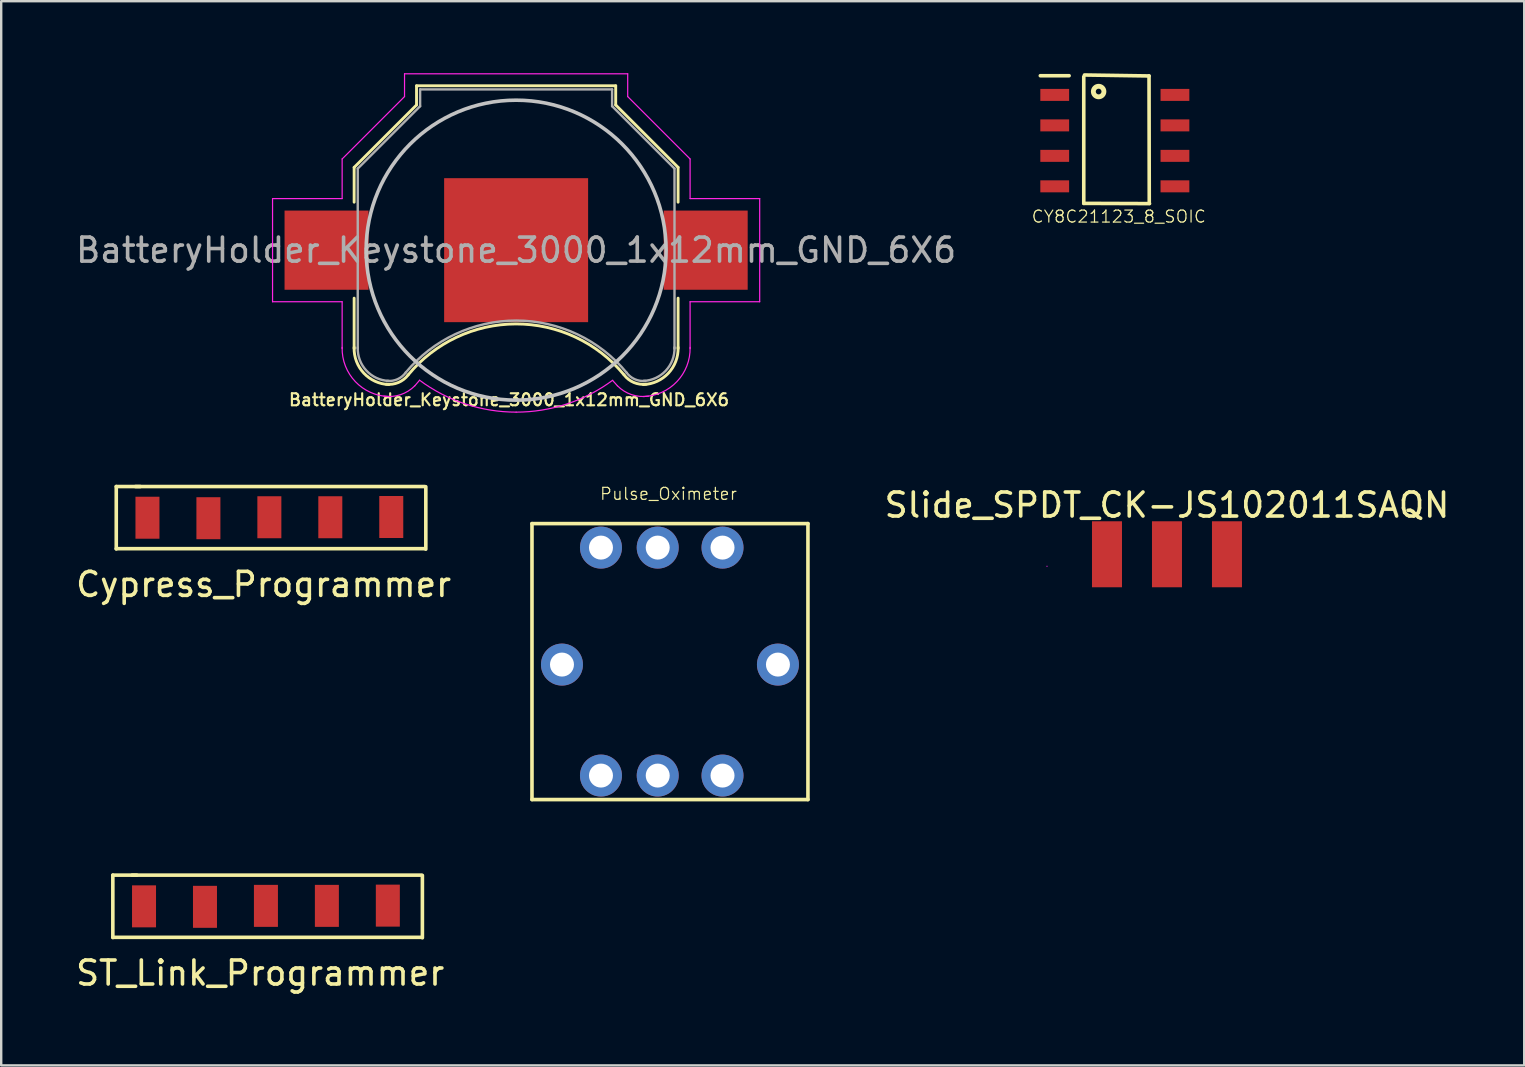
<source format=kicad_pcb>
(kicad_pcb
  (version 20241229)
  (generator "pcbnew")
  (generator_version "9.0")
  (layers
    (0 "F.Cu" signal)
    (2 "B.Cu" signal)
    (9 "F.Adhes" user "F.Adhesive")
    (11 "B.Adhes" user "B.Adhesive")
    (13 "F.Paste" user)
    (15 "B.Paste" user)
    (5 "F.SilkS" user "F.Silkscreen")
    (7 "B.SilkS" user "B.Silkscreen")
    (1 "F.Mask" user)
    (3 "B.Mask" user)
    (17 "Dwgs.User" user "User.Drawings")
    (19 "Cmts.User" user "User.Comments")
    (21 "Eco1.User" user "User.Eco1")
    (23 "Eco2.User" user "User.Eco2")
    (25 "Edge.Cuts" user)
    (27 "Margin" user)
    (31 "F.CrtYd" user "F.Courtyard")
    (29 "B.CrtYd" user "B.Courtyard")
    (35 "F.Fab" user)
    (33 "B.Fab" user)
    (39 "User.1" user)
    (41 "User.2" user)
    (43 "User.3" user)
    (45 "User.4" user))
  (footprint "BatteryHolder_Keystone_3000_1x12mm_GND_6X6"
    (layer "F.Cu")
    (at 18.458 7.375)
    (property "Reference" "BatteryHolder_Keystone_3000_1x12mm_GND_6X6" (at -0.296 6.236 0) (layer "F.SilkS") (effects (font (size 0.5 0.5) (thickness 0.089))))
    (attr smd)
    (fp_line (start -6.75 -3.45) (end -4.15 -6.05) (stroke (width 0.12) (type solid)) (layer "F.SilkS"))
    (fp_line (start -6.75 -2) (end -6.75 -3.45) (stroke (width 0.12) (type solid)) (layer "F.SilkS"))
    (fp_line (start -6.75 2) (end -6.75 4.1) (stroke (width 0.12) (type solid)) (layer "F.SilkS"))
    (fp_line (start -4.15 -6.85) (end 4.15 -6.85) (stroke (width 0.12) (type solid)) (layer "F.SilkS"))
    (fp_line (start -4.15 -6.05) (end -4.15 -6.85) (stroke (width 0.12) (type solid)) (layer "F.SilkS"))
    (fp_line (start 4.15 -6.85) (end 4.15 -6.05) (stroke (width 0.12) (type solid)) (layer "F.SilkS"))
    (fp_line (start 4.15 -6.05) (end 6.75 -3.45) (stroke (width 0.12) (type solid)) (layer "F.SilkS"))
    (fp_line (start 6.75 -3.45) (end 6.75 -2) (stroke (width 0.12) (type solid)) (layer "F.SilkS"))
    (fp_line (start 6.75 2) (end 6.75 4.1) (stroke (width 0.12) (type solid)) (layer "F.SilkS"))
    (fp_arc (start -5.3 5.6) (mid -6.346016 5.125305) (end -6.75 4.05) (stroke (width 0.12) (type solid)) (layer "F.SilkS"))
    (fp_arc (start -4.5 5.2) (mid -4.90584 5.514615) (end -5.414615 5.58416) (stroke (width 0.12) (type solid)) (layer "F.SilkS"))
    (fp_arc (start -4.5 5.2) (mid -0.007341 3.0742) (end 4.490661 5.188671) (stroke (width 0.12) (type solid)) (layer "F.SilkS"))
    (fp_arc (start 5.414615 5.58416) (mid 4.90584 5.514615) (end 4.5 5.2) (stroke (width 0.12) (type solid)) (layer "F.SilkS"))
    (fp_arc (start 6.75 4.05) (mid 6.346016 5.125305) (end 5.3 5.6) (stroke (width 0.12) (type solid)) (layer "F.SilkS"))
    (fp_circle (center 0 0) (end 0 6.25) (stroke (width 0.15) (type solid)) (fill no) (layer "Dwgs.User"))
    (fp_line (start -10.15 -2.15) (end -10.15 2.15) (stroke (width 0.05) (type solid)) (layer "F.CrtYd"))
    (fp_line (start -10.15 2.15) (end -7.25 2.15) (stroke (width 0.05) (type solid)) (layer "F.CrtYd"))
    (fp_line (start -7.25 -3.8) (end -4.65 -6.4) (stroke (width 0.05) (type solid)) (layer "F.CrtYd"))
    (fp_line (start -7.25 -2.15) (end -10.15 -2.15) (stroke (width 0.05) (type solid)) (layer "F.CrtYd"))
    (fp_line (start -7.25 -2.15) (end -7.25 -3.8) (stroke (width 0.05) (type solid)) (layer "F.CrtYd"))
    (fp_line (start -7.25 2.15) (end -7.25 4.1) (stroke (width 0.05) (type solid)) (layer "F.CrtYd"))
    (fp_line (start -4.65 -7.35) (end 4.65 -7.35) (stroke (width 0.05) (type solid)) (layer "F.CrtYd"))
    (fp_line (start -4.65 -6.4) (end -4.65 -7.35) (stroke (width 0.05) (type solid)) (layer "F.CrtYd"))
    (fp_line (start 4.65 -6.4) (end 4.65 -7.35) (stroke (width 0.05) (type solid)) (layer "F.CrtYd"))
    (fp_line (start 7.25 -3.8) (end 4.65 -6.4) (stroke (width 0.05) (type solid)) (layer "F.CrtYd"))
    (fp_line (start 7.25 -2.15) (end 7.25 -3.8) (stroke (width 0.05) (type solid)) (layer "F.CrtYd"))
    (fp_line (start 7.25 -2.15) (end 10.15 -2.15) (stroke (width 0.05) (type solid)) (layer "F.CrtYd"))
    (fp_line (start 7.25 2.15) (end 7.25 4.1) (stroke (width 0.05) (type solid)) (layer "F.CrtYd"))
    (fp_line (start 10.15 -2.15) (end 10.15 2.15) (stroke (width 0.05) (type solid)) (layer "F.CrtYd"))
    (fp_line (start 10.15 2.15) (end 7.25 2.15) (stroke (width 0.05) (type solid)) (layer "F.CrtYd"))
    (fp_arc (start -5.3 6.1) (mid -6.699569 5.478858) (end -7.25 4.05) (stroke (width 0.05) (type solid)) (layer "F.CrtYd"))
    (fp_arc (start -4.22 5.65) (mid -4.814553 6.021742) (end -5.513125 6.082436) (stroke (width 0.05) (type solid)) (layer "F.CrtYd"))
    (fp_arc (start -4.22 5.65) (mid -4.123743 5.534157) (end -4.024388 5.42096) (stroke (width 0.05) (type solid)) (layer "F.CrtYd"))
    (fp_arc (start 0 6.75) (mid -2.119449 6.408622) (end -4.024518 5.419018) (stroke (width 0.05) (type solid)) (layer "F.CrtYd"))
    (fp_arc (start 4.024518 5.419018) (mid 2.119449 6.408622) (end 0 6.75) (stroke (width 0.05) (type solid)) (layer "F.CrtYd"))
    (fp_arc (start 4.02471 5.432858) (mid 4.123824 5.540108) (end 4.22 5.65) (stroke (width 0.05) (type solid)) (layer "F.CrtYd"))
    (fp_arc (start 5.513125 6.082436) (mid 4.814553 6.021742) (end 4.22 5.65) (stroke (width 0.05) (type solid)) (layer "F.CrtYd"))
    (fp_arc (start 7.25 4.05) (mid 6.699569 5.478858) (end 5.3 6.1) (stroke (width 0.05) (type solid)) (layer "F.CrtYd"))
    (fp_line (start -6.6 -3.4) (end -6.6 4.1) (stroke (width 0.1) (type solid)) (layer "F.Fab"))
    (fp_line (start -4 -6.7) (end -4 -6) (stroke (width 0.1) (type solid)) (layer "F.Fab"))
    (fp_line (start -4 -6.7) (end 4 -6.7) (stroke (width 0.1) (type solid)) (layer "F.Fab"))
    (fp_line (start -4 -6) (end -6.6 -3.4) (stroke (width 0.1) (type solid)) (layer "F.Fab"))
    (fp_line (start 4 -6.7) (end 4 -6) (stroke (width 0.1) (type solid)) (layer "F.Fab"))
    (fp_line (start 4 -6) (end 6.6 -3.4) (stroke (width 0.1) (type solid)) (layer "F.Fab"))
    (fp_line (start 6.6 -3.4) (end 6.6 4.1) (stroke (width 0.1) (type solid)) (layer "F.Fab"))
    (fp_arc (start -5.3 5.45) (mid -6.239949 5.019239) (end -6.6 4.05) (stroke (width 0.1) (type solid)) (layer "F.Fab"))
    (fp_arc (start -4.6 5.1) (mid -4.942443 5.378013) (end -5.378013 5.447558) (stroke (width 0.1) (type solid)) (layer "F.Fab"))
    (fp_arc (start -4.6 5.1) (mid 0.006214 2.93343) (end 4.607905 5.109589) (stroke (width 0.1) (type solid)) (layer "F.Fab"))
    (fp_arc (start 5.378013 5.447558) (mid 4.942442 5.378013) (end 4.6 5.1) (stroke (width 0.1) (type solid)) (layer "F.Fab"))
    (fp_arc (start 6.6 4.05) (mid 6.239949 5.019239) (end 5.3 5.45) (stroke (width 0.1) (type solid)) (layer "F.Fab"))
    (fp_text user "${REFERENCE}" (at 0 0 0) (layer "F.Fab") (effects (font (size 1 1) (thickness 0.15))))
    (pad "1" smd rect (at -7.9 0) (size 3.5 3.3) (layers "F.Cu" "F.Mask" "F.Paste"))
    (pad "1" smd rect (at 7.9 0) (size 3.5 3.3) (layers "F.Cu" "F.Mask" "F.Paste"))
    (pad "2" smd rect (at 0 0) (size 6 6) (layers "F.Cu" "F.Mask")))
  (footprint "Slide_SPDT_CK-JS102011SAQN"
    (layer "F.Cu")
    (at 45.581 22.798)
    (property "Reference" "Slide_SPDT_CK-JS102011SAQN" (at 0 -4.8 0) (layer "F.SilkS") (effects (font (size 1 1) (thickness 0.15))))
    (attr smd)
    (fp_line (start -5 -2.25) (end -5 -2.25) (stroke (width 0.05) (type solid)) (layer "F.CrtYd"))
    (pad "1" smd rect (at -2.5 -2.75) (size 1.25 2.75) (layers "F.Cu" "F.Mask" "F.Paste"))
    (pad "2" smd rect (at 0 -2.75) (size 1.25 2.75) (layers "F.Cu" "F.Mask" "F.Paste"))
    (pad "3" smd rect (at 2.5 -2.75) (size 1.25 2.75) (layers "F.Cu" "F.Mask" "F.Paste")))
  (footprint "Pulse_Oximeter"
    (layer "F.Cu")
    (at 19.119 18.77)
    (property "Reference" "Pulse_Oximeter" (at 5.69 -1.24 0) (layer "F.SilkS") (effects (font (size 0.5 0.5) (thickness 0.05))))
    (attr through_hole)
    (fp_line (start 0 0) (end 0 11.5) (stroke (width 0.15) (type solid)) (layer "F.SilkS"))
    (fp_line (start 0 0) (end 11.5 0) (stroke (width 0.15) (type solid)) (layer "F.SilkS"))
    (fp_line (start 0 11.5) (end 11.5 11.5) (stroke (width 0.15) (type solid)) (layer "F.SilkS"))
    (fp_line (start 11.5 11.5) (end 11.5 0) (stroke (width 0.15) (type solid)) (layer "F.SilkS"))
    (pad "1" thru_hole circle (at 2.875 1) (size 1.75 1.75) (drill 1) (layers "*.Cu" "*.Mask"))
    (pad "2" thru_hole circle (at 5.24 1) (size 1.75 1.75) (drill 1) (layers "*.Cu" "*.Mask"))
    (pad "3" thru_hole circle (at 7.94 1) (size 1.75 1.75) (drill 1) (layers "*.Cu" "*.Mask"))
    (pad "4" thru_hole circle (at 1.25 5.875) (size 1.75 1.75) (drill 1) (layers "*.Cu" "*.Mask"))
    (pad "5" thru_hole circle (at 10.25 5.875) (size 1.75 1.75) (drill 1) (layers "*.Cu" "*.Mask"))
    (pad "6" thru_hole circle (at 2.875 10.5) (size 1.75 1.75) (drill 1) (layers "*.Cu" "*.Mask"))
    (pad "7" thru_hole circle (at 5.24 10.5) (size 1.75 1.75) (drill 1) (layers "*.Cu" "*.Mask"))
    (pad "8" thru_hole circle (at 7.94 10.5) (size 1.75 1.75) (drill 1) (layers "*.Cu" "*.Mask")))
  (footprint "ST_Link_Programmer"
    (layer "F.Cu")
    (at 2.952 34.72)
    (property "Reference" "ST_Link_Programmer" (at 4.84 2.78 0) (layer "F.SilkS") (effects (font (size 1 1) (thickness 0.15))))
    (attr through_hole)
    (fp_line (start -1.3 -1.3) (end -0.3 -1.3) (stroke (width 0.15) (type solid)) (layer "F.SilkS"))
    (fp_line (start -1.3 1.3) (end -1.3 -1.3) (stroke (width 0.15) (type solid)) (layer "F.SilkS"))
    (fp_line (start -0.5 -1.3) (end 11.56 -1.3) (stroke (width 0.15) (type solid)) (layer "F.SilkS"))
    (fp_line (start 11.56 1.29) (end -1.3 1.29) (stroke (width 0.15) (type solid)) (layer "F.SilkS"))
    (fp_line (start 11.6 -1.29) (end 11.6 1.31) (stroke (width 0.15) (type solid)) (layer "F.SilkS"))
    (pad "1" smd rect (at 0 0) (size 1 1.75) (layers "F.Cu" "F.Mask" "F.Paste"))
    (pad "2" smd rect (at 2.54 0.02) (size 1 1.75) (layers "F.Cu" "F.Mask" "F.Paste"))
    (pad "3" smd rect (at 5.08 -0.02) (size 1 1.75) (layers "F.Cu" "F.Mask" "F.Paste"))
    (pad "4" smd rect (at 7.62 -0.02) (size 1 1.75) (layers "F.Cu" "F.Mask" "F.Paste"))
    (pad "5" smd rect (at 10.16 -0.03) (size 1 1.75) (layers "F.Cu" "F.Mask" "F.Paste")))
  (footprint "Cypress_Programmer"
    (layer "F.Cu")
    (at 3.095 18.525)
    (property "Reference" "Cypress_Programmer" (at 4.84 2.78 0) (layer "F.SilkS") (effects (font (size 1 1) (thickness 0.15))))
    (attr through_hole)
    (fp_line (start -1.3 -1.3) (end -0.3 -1.3) (stroke (width 0.15) (type solid)) (layer "F.SilkS"))
    (fp_line (start -1.3 1.3) (end -1.3 -1.3) (stroke (width 0.15) (type solid)) (layer "F.SilkS"))
    (fp_line (start -0.5 -1.3) (end 11.56 -1.3) (stroke (width 0.15) (type solid)) (layer "F.SilkS"))
    (fp_line (start 11.56 1.29) (end -1.3 1.29) (stroke (width 0.15) (type solid)) (layer "F.SilkS"))
    (fp_line (start 11.6 -1.29) (end 11.6 1.31) (stroke (width 0.15) (type solid)) (layer "F.SilkS"))
    (pad "1" smd rect (at 0 0) (size 1 1.75) (layers "F.Cu" "F.Mask" "F.Paste"))
    (pad "2" smd rect (at 2.54 0.02) (size 1 1.75) (layers "F.Cu" "F.Mask" "F.Paste"))
    (pad "3" smd rect (at 5.08 -0.02) (size 1 1.75) (layers "F.Cu" "F.Mask" "F.Paste"))
    (pad "4" smd rect (at 7.62 -0.02) (size 1 1.75) (layers "F.Cu" "F.Mask" "F.Paste"))
    (pad "5" smd rect (at 10.16 -0.03) (size 1 1.75) (layers "F.Cu" "F.Mask" "F.Paste")))
  (footprint "CY8C21123_8_SOIC"
    (layer "F.Cu")
    (at 42.103 0.905)
    (property "Reference" "CY8C21123_8_SOIC" (at 1.47 5.07 180) (layer "F.SilkS") (effects (font (size 0.5 0.5) (thickness 0.05))))
    (attr through_hole)
    (fp_line (start -1.8 -0.8) (end -0.6 -0.8) (stroke (width 0.15) (type solid)) (layer "F.SilkS"))
    (fp_line (start 0.01 -0.76) (end 0.01 4.52) (stroke (width 0.15) (type solid)) (layer "F.SilkS"))
    (fp_line (start 0.01 4.52) (end 2.75 4.53) (stroke (width 0.15) (type solid)) (layer "F.SilkS"))
    (fp_line (start 0.04 -0.83) (end 2.73 -0.79) (stroke (width 0.15) (type solid)) (layer "F.SilkS"))
    (fp_line (start 2.73 -0.79) (end 2.74 4.52) (stroke (width 0.15) (type solid)) (layer "F.SilkS"))
    (fp_circle (center 0.63 -0.14) (end 0.85 -0.14) (stroke (width 0.203) (type solid)) (fill no) (layer "F.SilkS"))
    (pad "1" smd rect (at -1.2 0) (size 1.2 0.5) (layers "F.Cu" "F.Mask" "F.Paste"))
    (pad "2" smd rect (at -1.2 1.27) (size 1.2 0.5) (layers "F.Cu" "F.Mask" "F.Paste"))
    (pad "3" smd rect (at -1.2 2.54) (size 1.2 0.5) (layers "F.Cu" "F.Mask" "F.Paste"))
    (pad "4" smd rect (at -1.2 3.81) (size 1.2 0.5) (layers "F.Cu" "F.Mask" "F.Paste"))
    (pad "5" smd rect (at 3.81 3.81) (size 1.2 0.5) (layers "F.Cu" "F.Mask" "F.Paste"))
    (pad "6" smd rect (at 3.81 2.54) (size 1.2 0.5) (layers "F.Cu" "F.Mask" "F.Paste"))
    (pad "7" smd rect (at 3.81 1.27) (size 1.2 0.5) (layers "F.Cu" "F.Mask" "F.Paste"))
    (pad "8" smd rect (at 3.81 0) (size 1.2 0.5) (layers "F.Cu" "F.Mask" "F.Paste")))
  (gr_rect
    (start -3 -3)
    (end 60.468 41.349)
    (stroke (width 0.1) (type default))
    (fill no)
    (layer "Edge.Cuts")))
</source>
